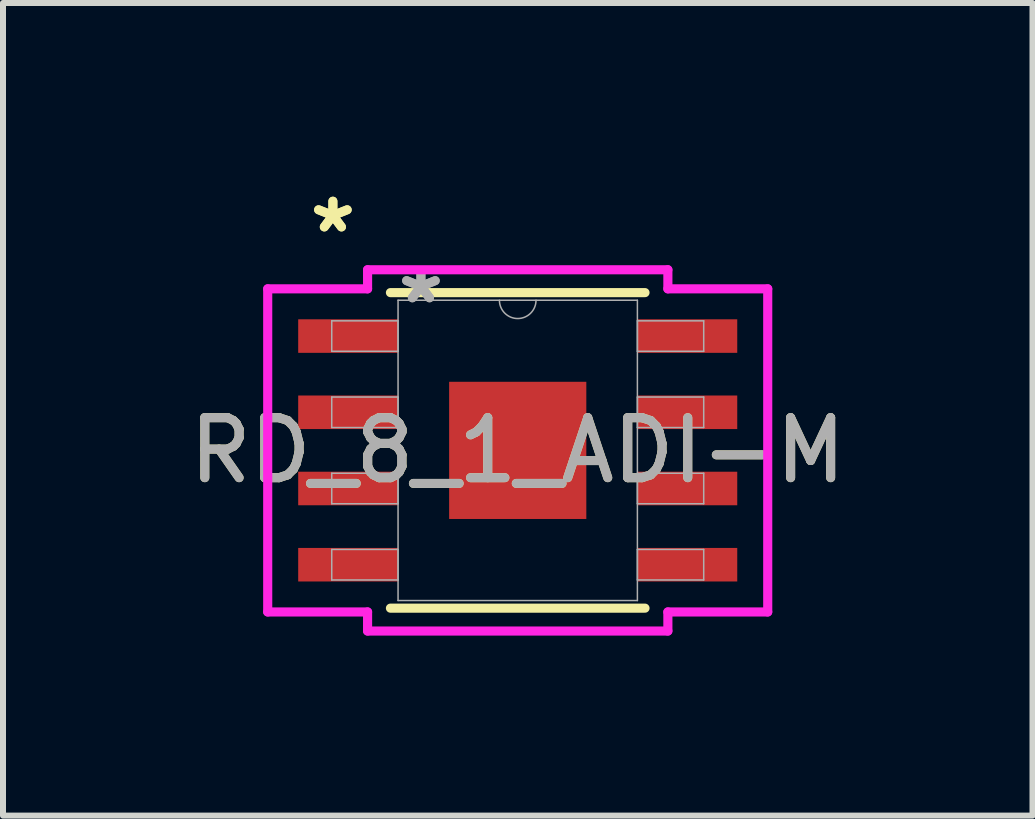
<source format=kicad_pcb>
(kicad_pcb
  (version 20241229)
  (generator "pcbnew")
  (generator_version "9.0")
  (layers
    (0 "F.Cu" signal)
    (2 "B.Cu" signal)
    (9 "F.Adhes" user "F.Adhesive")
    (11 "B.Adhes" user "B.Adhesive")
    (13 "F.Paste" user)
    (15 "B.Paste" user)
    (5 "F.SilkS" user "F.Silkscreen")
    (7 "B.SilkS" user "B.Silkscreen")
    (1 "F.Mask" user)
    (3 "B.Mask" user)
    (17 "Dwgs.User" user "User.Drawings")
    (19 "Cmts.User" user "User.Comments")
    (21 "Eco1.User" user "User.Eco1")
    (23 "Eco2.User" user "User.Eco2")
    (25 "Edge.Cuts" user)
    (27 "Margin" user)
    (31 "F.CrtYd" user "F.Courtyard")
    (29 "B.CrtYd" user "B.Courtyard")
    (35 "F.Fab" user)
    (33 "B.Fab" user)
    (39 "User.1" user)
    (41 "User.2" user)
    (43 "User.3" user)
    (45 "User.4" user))
  (footprint "RD_8_1_ADI-M"
    (layer "F.Cu")
    (at 5.577 4.455)
    (property "Reference" "RD_8_1_ADI-M" (at 0 0 0) (unlocked yes) (layer "F.SilkS") (effects (font (size 1 1) (thickness 0.15))))
    (attr smd)
    (fp_line (start -2.121 2.629) (end 2.121 2.629) (stroke (width 0.152) (type solid)) (layer "F.SilkS"))
    (fp_line (start 2.121 -2.629) (end -2.121 -2.629) (stroke (width 0.152) (type solid)) (layer "F.SilkS"))
    (fp_line (start -4.166 -2.692) (end -2.502 -2.692) (stroke (width 0.152) (type solid)) (layer "F.CrtYd"))
    (fp_line (start -4.166 2.692) (end -4.166 -2.692) (stroke (width 0.152) (type solid)) (layer "F.CrtYd"))
    (fp_line (start -4.166 2.692) (end -2.502 2.692) (stroke (width 0.152) (type solid)) (layer "F.CrtYd"))
    (fp_line (start -2.502 -3.01) (end 2.502 -3.01) (stroke (width 0.152) (type solid)) (layer "F.CrtYd"))
    (fp_line (start -2.502 -2.692) (end -2.502 -3.01) (stroke (width 0.152) (type solid)) (layer "F.CrtYd"))
    (fp_line (start -2.502 3.01) (end -2.502 2.692) (stroke (width 0.152) (type solid)) (layer "F.CrtYd"))
    (fp_line (start 2.502 -3.01) (end 2.502 -2.692) (stroke (width 0.152) (type solid)) (layer "F.CrtYd"))
    (fp_line (start 2.502 2.692) (end 2.502 3.01) (stroke (width 0.152) (type solid)) (layer "F.CrtYd"))
    (fp_line (start 2.502 3.01) (end -2.502 3.01) (stroke (width 0.152) (type solid)) (layer "F.CrtYd"))
    (fp_line (start 4.166 -2.692) (end 2.502 -2.692) (stroke (width 0.152) (type solid)) (layer "F.CrtYd"))
    (fp_line (start 4.166 -2.692) (end 4.166 2.692) (stroke (width 0.152) (type solid)) (layer "F.CrtYd"))
    (fp_line (start 4.166 2.692) (end 2.502 2.692) (stroke (width 0.152) (type solid)) (layer "F.CrtYd"))
    (fp_line (start -3.099 -2.159) (end -3.099 -1.651) (stroke (width 0.025) (type solid)) (layer "F.Fab"))
    (fp_line (start -3.099 -1.651) (end -1.994 -1.651) (stroke (width 0.025) (type solid)) (layer "F.Fab"))
    (fp_line (start -3.099 -0.889) (end -3.099 -0.381) (stroke (width 0.025) (type solid)) (layer "F.Fab"))
    (fp_line (start -3.099 -0.381) (end -1.994 -0.381) (stroke (width 0.025) (type solid)) (layer "F.Fab"))
    (fp_line (start -3.099 0.381) (end -3.099 0.889) (stroke (width 0.025) (type solid)) (layer "F.Fab"))
    (fp_line (start -3.099 0.889) (end -1.994 0.889) (stroke (width 0.025) (type solid)) (layer "F.Fab"))
    (fp_line (start -3.099 1.651) (end -3.099 2.159) (stroke (width 0.025) (type solid)) (layer "F.Fab"))
    (fp_line (start -3.099 2.159) (end -1.994 2.159) (stroke (width 0.025) (type solid)) (layer "F.Fab"))
    (fp_line (start -1.994 -2.502) (end -1.994 2.502) (stroke (width 0.025) (type solid)) (layer "F.Fab"))
    (fp_line (start -1.994 -2.159) (end -3.099 -2.159) (stroke (width 0.025) (type solid)) (layer "F.Fab"))
    (fp_line (start -1.994 -1.651) (end -1.994 -2.159) (stroke (width 0.025) (type solid)) (layer "F.Fab"))
    (fp_line (start -1.994 -0.889) (end -3.099 -0.889) (stroke (width 0.025) (type solid)) (layer "F.Fab"))
    (fp_line (start -1.994 -0.381) (end -1.994 -0.889) (stroke (width 0.025) (type solid)) (layer "F.Fab"))
    (fp_line (start -1.994 0.381) (end -3.099 0.381) (stroke (width 0.025) (type solid)) (layer "F.Fab"))
    (fp_line (start -1.994 0.889) (end -1.994 0.381) (stroke (width 0.025) (type solid)) (layer "F.Fab"))
    (fp_line (start -1.994 1.651) (end -3.099 1.651) (stroke (width 0.025) (type solid)) (layer "F.Fab"))
    (fp_line (start -1.994 2.159) (end -1.994 1.651) (stroke (width 0.025) (type solid)) (layer "F.Fab"))
    (fp_line (start -1.994 2.502) (end 1.994 2.502) (stroke (width 0.025) (type solid)) (layer "F.Fab"))
    (fp_line (start 1.994 -2.502) (end -1.994 -2.502) (stroke (width 0.025) (type solid)) (layer "F.Fab"))
    (fp_line (start 1.994 -2.159) (end 1.994 -1.651) (stroke (width 0.025) (type solid)) (layer "F.Fab"))
    (fp_line (start 1.994 -1.651) (end 3.099 -1.651) (stroke (width 0.025) (type solid)) (layer "F.Fab"))
    (fp_line (start 1.994 -0.889) (end 1.994 -0.381) (stroke (width 0.025) (type solid)) (layer "F.Fab"))
    (fp_line (start 1.994 -0.381) (end 3.099 -0.381) (stroke (width 0.025) (type solid)) (layer "F.Fab"))
    (fp_line (start 1.994 0.381) (end 1.994 0.889) (stroke (width 0.025) (type solid)) (layer "F.Fab"))
    (fp_line (start 1.994 0.889) (end 3.099 0.889) (stroke (width 0.025) (type solid)) (layer "F.Fab"))
    (fp_line (start 1.994 1.651) (end 1.994 2.159) (stroke (width 0.025) (type solid)) (layer "F.Fab"))
    (fp_line (start 1.994 2.159) (end 3.099 2.159) (stroke (width 0.025) (type solid)) (layer "F.Fab"))
    (fp_line (start 1.994 2.502) (end 1.994 -2.502) (stroke (width 0.025) (type solid)) (layer "F.Fab"))
    (fp_line (start 3.099 -2.159) (end 1.994 -2.159) (stroke (width 0.025) (type solid)) (layer "F.Fab"))
    (fp_line (start 3.099 -1.651) (end 3.099 -2.159) (stroke (width 0.025) (type solid)) (layer "F.Fab"))
    (fp_line (start 3.099 -0.889) (end 1.994 -0.889) (stroke (width 0.025) (type solid)) (layer "F.Fab"))
    (fp_line (start 3.099 -0.381) (end 3.099 -0.889) (stroke (width 0.025) (type solid)) (layer "F.Fab"))
    (fp_line (start 3.099 0.381) (end 1.994 0.381) (stroke (width 0.025) (type solid)) (layer "F.Fab"))
    (fp_line (start 3.099 0.889) (end 3.099 0.381) (stroke (width 0.025) (type solid)) (layer "F.Fab"))
    (fp_line (start 3.099 1.651) (end 1.994 1.651) (stroke (width 0.025) (type solid)) (layer "F.Fab"))
    (fp_line (start 3.099 2.159) (end 3.099 1.651) (stroke (width 0.025) (type solid)) (layer "F.Fab"))
    (fp_arc (start 0.3048 -2.5019) (mid 0 -2.1971) (end -0.3048 -2.5019) (stroke (width 0.0254) (type solid)) (layer "F.Fab"))
    (fp_text user "*" (at -3.08 -3.607 0) (unlocked yes) (layer "F.SilkS") (effects (font (size 1 1) (thickness 0.15))))
    (fp_text user "*" (at -3.08 -3.607 0) (layer "F.SilkS") (effects (font (size 1 1) (thickness 0.15))))
    (fp_text user "${REFERENCE}" (at 0 0 0) (unlocked yes) (layer "F.Fab") (effects (font (size 1 1) (thickness 0.15))))
    (fp_text user "*" (at -1.613 -2.426 0) (layer "F.Fab") (effects (font (size 1 1) (thickness 0.15))))
    (fp_text user "*" (at -1.613 -2.426 0) (unlocked yes) (layer "F.Fab") (effects (font (size 1 1) (thickness 0.15))))
    (pad "1" smd rect (at -2.826 -1.905) (size 1.664 0.559) (layers "F.Cu" "F.Mask" "F.Paste"))
    (pad "2" smd rect (at -2.826 -0.635) (size 1.664 0.559) (layers "F.Cu" "F.Mask" "F.Paste"))
    (pad "3" smd rect (at -2.826 0.635) (size 1.664 0.559) (layers "F.Cu" "F.Mask" "F.Paste"))
    (pad "4" smd rect (at -2.826 1.905) (size 1.664 0.559) (layers "F.Cu" "F.Mask" "F.Paste"))
    (pad "5" smd rect (at 2.826 1.905) (size 1.664 0.559) (layers "F.Cu" "F.Mask" "F.Paste"))
    (pad "6" smd rect (at 2.826 0.635) (size 1.664 0.559) (layers "F.Cu" "F.Mask" "F.Paste"))
    (pad "7" smd rect (at 2.826 -0.635) (size 1.664 0.559) (layers "F.Cu" "F.Mask" "F.Paste"))
    (pad "8" smd rect (at 2.826 -1.905) (size 1.664 0.559) (layers "F.Cu" "F.Mask" "F.Paste"))
    (pad "EPAD" smd rect (at 0 0) (size 2.286 2.286) (layers "F.Cu" "F.Mask" "F.Paste")))
  (gr_rect
    (start -3 -3)
    (end 14.155 10.541)
    (stroke (width 0.1) (type default))
    (fill no)
    (layer "Edge.Cuts")))
</source>
